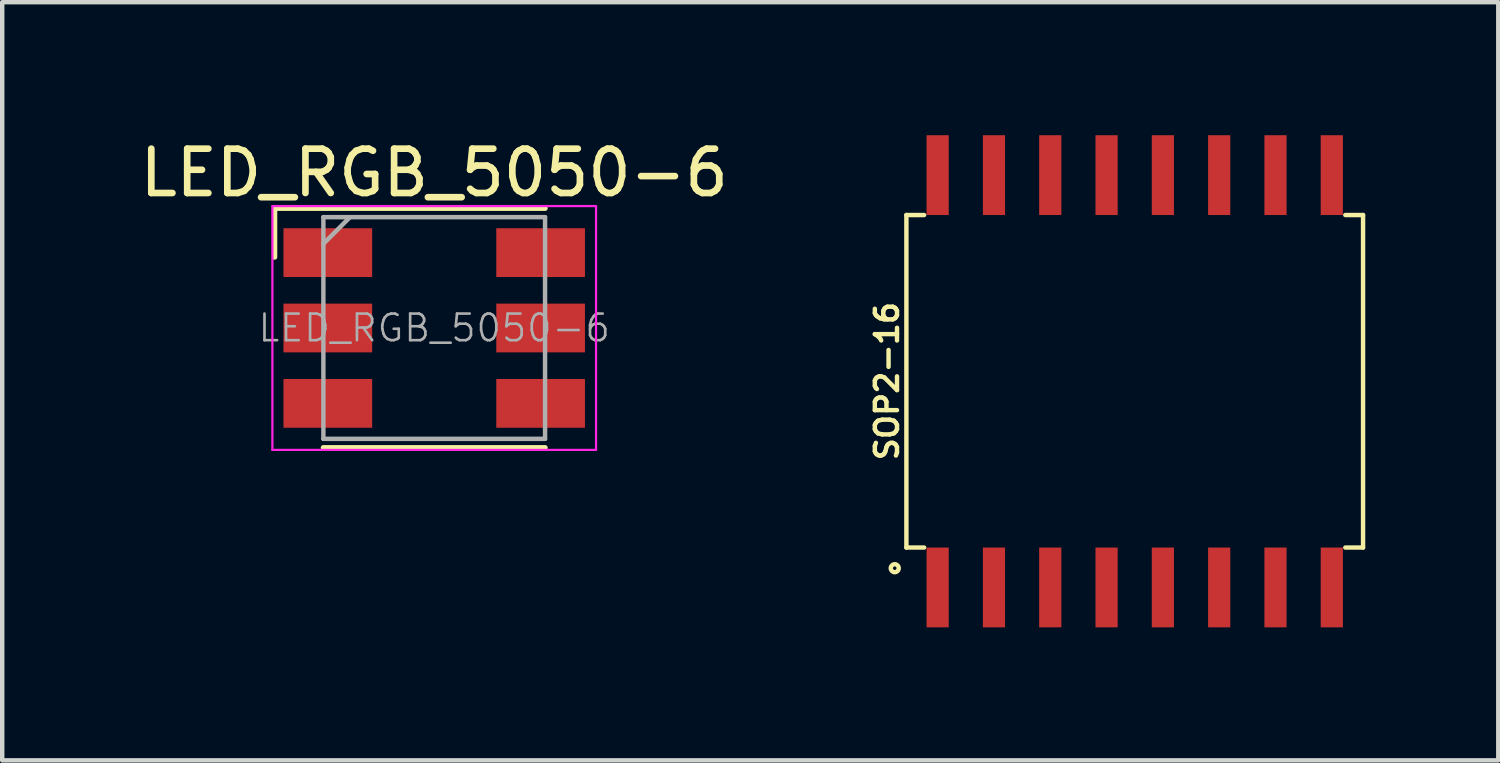
<source format=kicad_pcb>
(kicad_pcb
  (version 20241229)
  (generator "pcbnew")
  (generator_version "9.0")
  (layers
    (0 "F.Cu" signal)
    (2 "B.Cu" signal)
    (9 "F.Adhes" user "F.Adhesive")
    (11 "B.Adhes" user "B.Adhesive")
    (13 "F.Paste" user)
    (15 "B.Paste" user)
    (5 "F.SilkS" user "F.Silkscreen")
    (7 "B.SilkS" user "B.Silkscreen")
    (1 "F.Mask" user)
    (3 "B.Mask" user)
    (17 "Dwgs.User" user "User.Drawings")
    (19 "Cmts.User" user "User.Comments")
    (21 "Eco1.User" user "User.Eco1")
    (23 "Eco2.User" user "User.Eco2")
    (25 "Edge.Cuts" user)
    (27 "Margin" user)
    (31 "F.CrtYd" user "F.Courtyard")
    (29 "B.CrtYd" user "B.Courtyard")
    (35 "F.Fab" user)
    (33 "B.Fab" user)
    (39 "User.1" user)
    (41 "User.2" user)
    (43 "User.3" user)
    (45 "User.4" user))
  (footprint "SOP2-16"
    (layer "F.Cu")
    (at 22.544 5.55)
    (property "Reference" "SOP2-16" (at -5.588 -0.004 90) (layer "F.SilkS") (effects (font (size 0.5 0.5) (thickness 0.1))))
    (attr through_hole)
    (fp_line (start -5.15 -3.75) (end -4.75 -3.75) (stroke (width 0.1) (type solid)) (layer "F.SilkS"))
    (fp_line (start -5.15 3.75) (end -5.15 -3.75) (stroke (width 0.1) (type solid)) (layer "F.SilkS"))
    (fp_line (start -4.75 3.75) (end -5.15 3.75) (stroke (width 0.1) (type solid)) (layer "F.SilkS"))
    (fp_line (start 4.75 -3.75) (end 5.15 -3.75) (stroke (width 0.1) (type solid)) (layer "F.SilkS"))
    (fp_line (start 5.15 -3.75) (end 5.15 3.75) (stroke (width 0.1) (type solid)) (layer "F.SilkS"))
    (fp_line (start 5.15 3.75) (end 4.75 3.75) (stroke (width 0.1) (type solid)) (layer "F.SilkS"))
    (fp_circle (center -5.413 4.216) (end -5.347 4.277) (stroke (width 0.1) (type solid)) (fill no) (layer "F.SilkS"))
    (pad "1" smd rect (at -4.445 4.65) (size 0.5 1.8) (layers "F.Cu" "F.Mask" "F.Paste"))
    (pad "2" smd rect (at -3.175 4.65) (size 0.5 1.8) (layers "F.Cu" "F.Mask" "F.Paste"))
    (pad "3" smd rect (at -1.905 4.65) (size 0.5 1.8) (layers "F.Cu" "F.Mask" "F.Paste"))
    (pad "4" smd rect (at -0.635 4.65) (size 0.5 1.8) (layers "F.Cu" "F.Mask" "F.Paste"))
    (pad "5" smd rect (at 0.635 4.65) (size 0.5 1.8) (layers "F.Cu" "F.Mask" "F.Paste"))
    (pad "6" smd rect (at 1.905 4.65) (size 0.5 1.8) (layers "F.Cu" "F.Mask" "F.Paste"))
    (pad "7" smd rect (at 3.175 4.65) (size 0.5 1.8) (layers "F.Cu" "F.Mask" "F.Paste"))
    (pad "8" smd rect (at 4.445 4.65) (size 0.5 1.8) (layers "F.Cu" "F.Mask" "F.Paste"))
    (pad "9" smd rect (at 4.445 -4.65) (size 0.5 1.8) (layers "F.Cu" "F.Mask" "F.Paste"))
    (pad "10" smd rect (at 3.175 -4.65) (size 0.5 1.8) (layers "F.Cu" "F.Mask" "F.Paste"))
    (pad "11" smd rect (at 1.905 -4.65) (size 0.5 1.8) (layers "F.Cu" "F.Mask" "F.Paste"))
    (pad "12" smd rect (at 0.635 -4.65) (size 0.5 1.8) (layers "F.Cu" "F.Mask" "F.Paste"))
    (pad "13" smd rect (at -0.635 -4.65) (size 0.5 1.8) (layers "F.Cu" "F.Mask" "F.Paste"))
    (pad "14" smd rect (at -1.905 -4.65) (size 0.5 1.8) (layers "F.Cu" "F.Mask" "F.Paste"))
    (pad "15" smd rect (at -3.175 -4.65) (size 0.5 1.8) (layers "F.Cu" "F.Mask" "F.Paste"))
    (pad "16" smd rect (at -4.445 -4.65) (size 0.5 1.8) (layers "F.Cu" "F.Mask" "F.Paste")))
  (footprint "LED_RGB_5050-6"
    (layer "F.Cu")
    (at 6.744 4.348)
    (property "Reference" "LED_RGB_5050-6" (at 0 -3.5 180) (layer "F.SilkS") (effects (font (size 1 1) (thickness 0.15))))
    (attr smd)
    (fp_line (start -3.6 -2.7) (end 2.5 -2.7) (stroke (width 0.12) (type solid)) (layer "F.SilkS"))
    (fp_line (start -3.6 -1.6) (end -3.6 -2.7) (stroke (width 0.12) (type solid)) (layer "F.SilkS"))
    (fp_line (start 2.5 2.7) (end -2.5 2.7) (stroke (width 0.12) (type solid)) (layer "F.SilkS"))
    (fp_line (start -3.65 -2.75) (end -3.65 2.75) (stroke (width 0.05) (type solid)) (layer "F.CrtYd"))
    (fp_line (start -3.65 2.75) (end 3.65 2.75) (stroke (width 0.05) (type solid)) (layer "F.CrtYd"))
    (fp_line (start 3.65 -2.75) (end -3.65 -2.75) (stroke (width 0.05) (type solid)) (layer "F.CrtYd"))
    (fp_line (start 3.65 2.75) (end 3.65 -2.75) (stroke (width 0.05) (type solid)) (layer "F.CrtYd"))
    (fp_line (start -2.5 -2.5) (end -2.5 2.5) (stroke (width 0.1) (type solid)) (layer "F.Fab"))
    (fp_line (start -2.5 -1.9) (end -1.9 -2.5) (stroke (width 0.1) (type solid)) (layer "F.Fab"))
    (fp_line (start -2.5 2.5) (end 2.5 2.5) (stroke (width 0.1) (type solid)) (layer "F.Fab"))
    (fp_line (start 2.5 -2.5) (end -2.5 -2.5) (stroke (width 0.1) (type solid)) (layer "F.Fab"))
    (fp_line (start 2.5 2.5) (end 2.5 -2.5) (stroke (width 0.1) (type solid)) (layer "F.Fab"))
    (fp_text user "${REFERENCE}" (at 0 0 0) (layer "F.Fab") (effects (font (size 0.6 0.6) (thickness 0.06))))
    (pad "1" smd rect (at -2.4 -1.7 90) (size 1.1 2) (layers "F.Cu" "F.Mask" "F.Paste"))
    (pad "2" smd rect (at -2.4 0 90) (size 1.1 2) (layers "F.Cu" "F.Mask" "F.Paste"))
    (pad "3" smd rect (at -2.4 1.7 90) (size 1.1 2) (layers "F.Cu" "F.Mask" "F.Paste"))
    (pad "4" smd rect (at 2.4 1.7 90) (size 1.1 2) (layers "F.Cu" "F.Mask" "F.Paste"))
    (pad "5" smd rect (at 2.4 0 90) (size 1.1 2) (layers "F.Cu" "F.Mask" "F.Paste"))
    (pad "6" smd rect (at 2.4 -1.7 90) (size 1.1 2) (layers "F.Cu" "F.Mask" "F.Paste")))
  (gr_rect
    (start -3 -3)
    (end 30.744 14.1)
    (stroke (width 0.1) (type default))
    (fill no)
    (layer "Edge.Cuts")))
</source>
